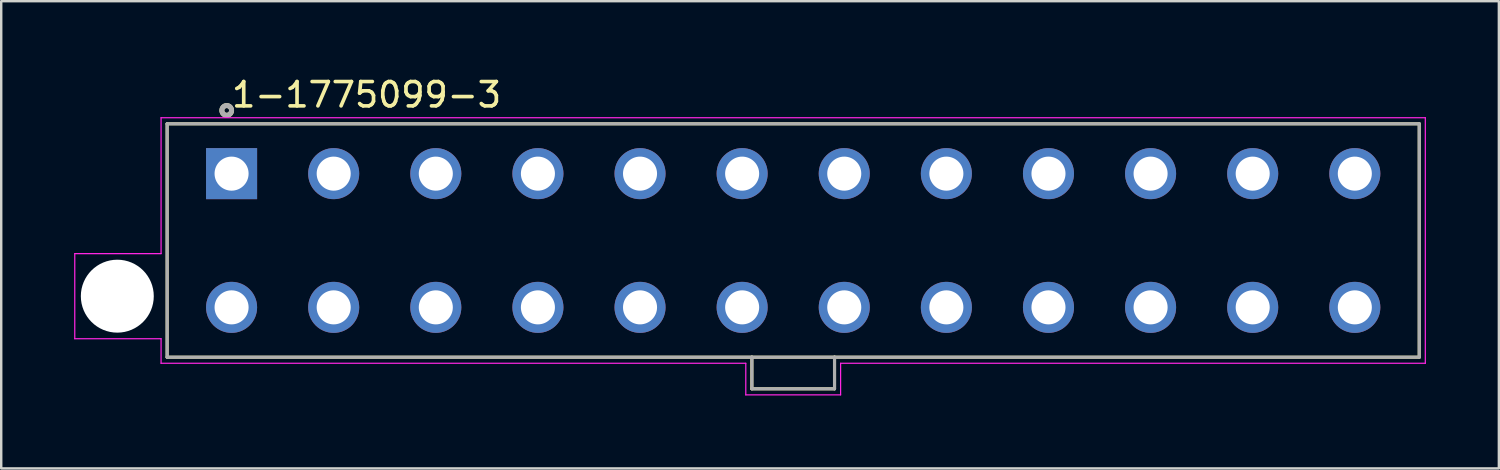
<source format=kicad_pcb>
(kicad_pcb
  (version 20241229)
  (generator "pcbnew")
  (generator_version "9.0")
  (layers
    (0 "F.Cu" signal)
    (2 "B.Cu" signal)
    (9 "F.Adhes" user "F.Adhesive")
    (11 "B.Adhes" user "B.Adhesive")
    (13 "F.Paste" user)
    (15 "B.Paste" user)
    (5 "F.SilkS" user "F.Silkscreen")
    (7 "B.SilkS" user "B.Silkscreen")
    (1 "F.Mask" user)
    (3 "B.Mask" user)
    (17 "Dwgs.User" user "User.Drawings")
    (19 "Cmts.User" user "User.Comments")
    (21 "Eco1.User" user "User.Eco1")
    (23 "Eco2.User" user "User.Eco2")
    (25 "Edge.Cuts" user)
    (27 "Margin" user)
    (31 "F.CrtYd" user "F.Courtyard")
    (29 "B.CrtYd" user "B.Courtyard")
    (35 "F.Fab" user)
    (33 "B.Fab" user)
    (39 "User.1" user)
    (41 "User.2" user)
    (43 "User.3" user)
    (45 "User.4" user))
  (footprint "1-1775099-3"
    (layer "F.Cu")
    (at 29.575 6.842)
    (property "Reference" "1-1775099-3" (at -17.548 -5.993 0) (layer "F.SilkS") (effects (font (size 1.001 1.001) (thickness 0.15))))
    (attr through_hole)
    (fp_line (start -25.75 -4.8) (end 25.75 -4.8) (stroke (width 0.127) (type solid)) (layer "F.SilkS"))
    (fp_line (start -25.75 4.8) (end -25.75 -4.8) (stroke (width 0.127) (type solid)) (layer "F.SilkS"))
    (fp_line (start -1.7 4.8) (end -25.75 4.8) (stroke (width 0.127) (type solid)) (layer "F.SilkS"))
    (fp_line (start -1.7 4.8) (end -1.7 6.1) (stroke (width 0.127) (type solid)) (layer "F.SilkS"))
    (fp_line (start -1.7 6.1) (end 1.7 6.1) (stroke (width 0.127) (type solid)) (layer "F.SilkS"))
    (fp_line (start 1.7 4.8) (end -1.7 4.8) (stroke (width 0.127) (type solid)) (layer "F.SilkS"))
    (fp_line (start 1.7 6.1) (end 1.7 4.8) (stroke (width 0.127) (type solid)) (layer "F.SilkS"))
    (fp_line (start 25.75 -4.8) (end 25.75 4.8) (stroke (width 0.127) (type solid)) (layer "F.SilkS"))
    (fp_line (start 25.75 4.8) (end 1.7 4.8) (stroke (width 0.127) (type solid)) (layer "F.SilkS"))
    (fp_circle (center -23.3 -5.35) (end -23.1 -5.35) (stroke (width 0.203) (type solid)) (fill no) (layer "F.SilkS"))
    (fp_line (start -29.55 0.54) (end -26 0.54) (stroke (width 0.05) (type solid)) (layer "F.CrtYd"))
    (fp_line (start -29.55 4.04) (end -29.55 0.54) (stroke (width 0.05) (type solid)) (layer "F.CrtYd"))
    (fp_line (start -26 -5.05) (end 26 -5.05) (stroke (width 0.05) (type solid)) (layer "F.CrtYd"))
    (fp_line (start -26 0.54) (end -26 -5.05) (stroke (width 0.05) (type solid)) (layer "F.CrtYd"))
    (fp_line (start -26 4.04) (end -29.55 4.04) (stroke (width 0.05) (type solid)) (layer "F.CrtYd"))
    (fp_line (start -26 5.05) (end -26 4.04) (stroke (width 0.05) (type solid)) (layer "F.CrtYd"))
    (fp_line (start -1.95 5.05) (end -26 5.05) (stroke (width 0.05) (type solid)) (layer "F.CrtYd"))
    (fp_line (start -1.95 6.35) (end -1.95 5.05) (stroke (width 0.05) (type solid)) (layer "F.CrtYd"))
    (fp_line (start 1.95 5.05) (end 1.95 6.35) (stroke (width 0.05) (type solid)) (layer "F.CrtYd"))
    (fp_line (start 1.95 6.35) (end -1.95 6.35) (stroke (width 0.05) (type solid)) (layer "F.CrtYd"))
    (fp_line (start 26 -5.05) (end 26 5.05) (stroke (width 0.05) (type solid)) (layer "F.CrtYd"))
    (fp_line (start 26 5.05) (end 1.95 5.05) (stroke (width 0.05) (type solid)) (layer "F.CrtYd"))
    (fp_line (start -25.75 -4.8) (end 25.75 -4.8) (stroke (width 0.127) (type solid)) (layer "F.Fab"))
    (fp_line (start -25.75 4.8) (end -25.75 -4.8) (stroke (width 0.127) (type solid)) (layer "F.Fab"))
    (fp_line (start -25.75 4.8) (end -1.7 4.8) (stroke (width 0.127) (type solid)) (layer "F.Fab"))
    (fp_line (start -1.7 4.8) (end -1.7 6.1) (stroke (width 0.127) (type solid)) (layer "F.Fab"))
    (fp_line (start -1.7 4.8) (end 1.7 4.8) (stroke (width 0.127) (type solid)) (layer "F.Fab"))
    (fp_line (start -1.7 6.1) (end 1.7 6.1) (stroke (width 0.127) (type solid)) (layer "F.Fab"))
    (fp_line (start 1.7 4.8) (end 25.75 4.8) (stroke (width 0.127) (type solid)) (layer "F.Fab"))
    (fp_line (start 1.7 6.1) (end 1.7 4.8) (stroke (width 0.127) (type solid)) (layer "F.Fab"))
    (fp_line (start 25.75 -4.8) (end 25.75 4.8) (stroke (width 0.127) (type solid)) (layer "F.Fab"))
    (fp_circle (center -23.3 -5.35) (end -23.1 -5.35) (stroke (width 0.203) (type solid)) (fill no) (layer "F.Fab"))
    (pad "" np_thru_hole circle (at -27.8 2.29) (size 3 3) (drill 3) (layers "*.Cu" "*.Mask"))
    (pad "1" thru_hole rect (at -23.1 -2.75) (size 2.1 2.1) (drill 1.4) (layers "*.Cu" "*.Mask"))
    (pad "2" thru_hole circle (at -23.1 2.75) (size 2.1 2.1) (drill 1.4) (layers "*.Cu" "*.Mask"))
    (pad "3" thru_hole circle (at -18.9 -2.75) (size 2.1 2.1) (drill 1.4) (layers "*.Cu" "*.Mask"))
    (pad "4" thru_hole circle (at -18.9 2.75) (size 2.1 2.1) (drill 1.4) (layers "*.Cu" "*.Mask"))
    (pad "5" thru_hole circle (at -14.7 -2.75) (size 2.1 2.1) (drill 1.4) (layers "*.Cu" "*.Mask"))
    (pad "6" thru_hole circle (at -14.7 2.75) (size 2.1 2.1) (drill 1.4) (layers "*.Cu" "*.Mask"))
    (pad "7" thru_hole circle (at -10.5 -2.75) (size 2.1 2.1) (drill 1.4) (layers "*.Cu" "*.Mask"))
    (pad "8" thru_hole circle (at -10.5 2.75) (size 2.1 2.1) (drill 1.4) (layers "*.Cu" "*.Mask"))
    (pad "9" thru_hole circle (at -6.3 -2.75) (size 2.1 2.1) (drill 1.4) (layers "*.Cu" "*.Mask"))
    (pad "10" thru_hole circle (at -6.3 2.75) (size 2.1 2.1) (drill 1.4) (layers "*.Cu" "*.Mask"))
    (pad "11" thru_hole circle (at -2.1 -2.75) (size 2.1 2.1) (drill 1.4) (layers "*.Cu" "*.Mask"))
    (pad "12" thru_hole circle (at -2.1 2.75) (size 2.1 2.1) (drill 1.4) (layers "*.Cu" "*.Mask"))
    (pad "13" thru_hole circle (at 2.1 -2.75) (size 2.1 2.1) (drill 1.4) (layers "*.Cu" "*.Mask"))
    (pad "14" thru_hole circle (at 2.1 2.75) (size 2.1 2.1) (drill 1.4) (layers "*.Cu" "*.Mask"))
    (pad "15" thru_hole circle (at 6.3 -2.75) (size 2.1 2.1) (drill 1.4) (layers "*.Cu" "*.Mask"))
    (pad "16" thru_hole circle (at 6.3 2.75) (size 2.1 2.1) (drill 1.4) (layers "*.Cu" "*.Mask"))
    (pad "17" thru_hole circle (at 10.5 -2.75) (size 2.1 2.1) (drill 1.4) (layers "*.Cu" "*.Mask"))
    (pad "18" thru_hole circle (at 10.5 2.75) (size 2.1 2.1) (drill 1.4) (layers "*.Cu" "*.Mask"))
    (pad "19" thru_hole circle (at 14.7 -2.75) (size 2.1 2.1) (drill 1.4) (layers "*.Cu" "*.Mask"))
    (pad "20" thru_hole circle (at 14.7 2.75) (size 2.1 2.1) (drill 1.4) (layers "*.Cu" "*.Mask"))
    (pad "21" thru_hole circle (at 18.9 -2.75) (size 2.1 2.1) (drill 1.4) (layers "*.Cu" "*.Mask"))
    (pad "22" thru_hole circle (at 18.9 2.75) (size 2.1 2.1) (drill 1.4) (layers "*.Cu" "*.Mask"))
    (pad "23" thru_hole circle (at 23.1 -2.75) (size 2.1 2.1) (drill 1.4) (layers "*.Cu" "*.Mask"))
    (pad "24" thru_hole circle (at 23.1 2.75) (size 2.1 2.1) (drill 1.4) (layers "*.Cu" "*.Mask")))
  (gr_rect
    (start -3 -3)
    (end 58.6 16.217)
    (stroke (width 0.1) (type default))
    (fill no)
    (layer "Edge.Cuts")))
</source>
